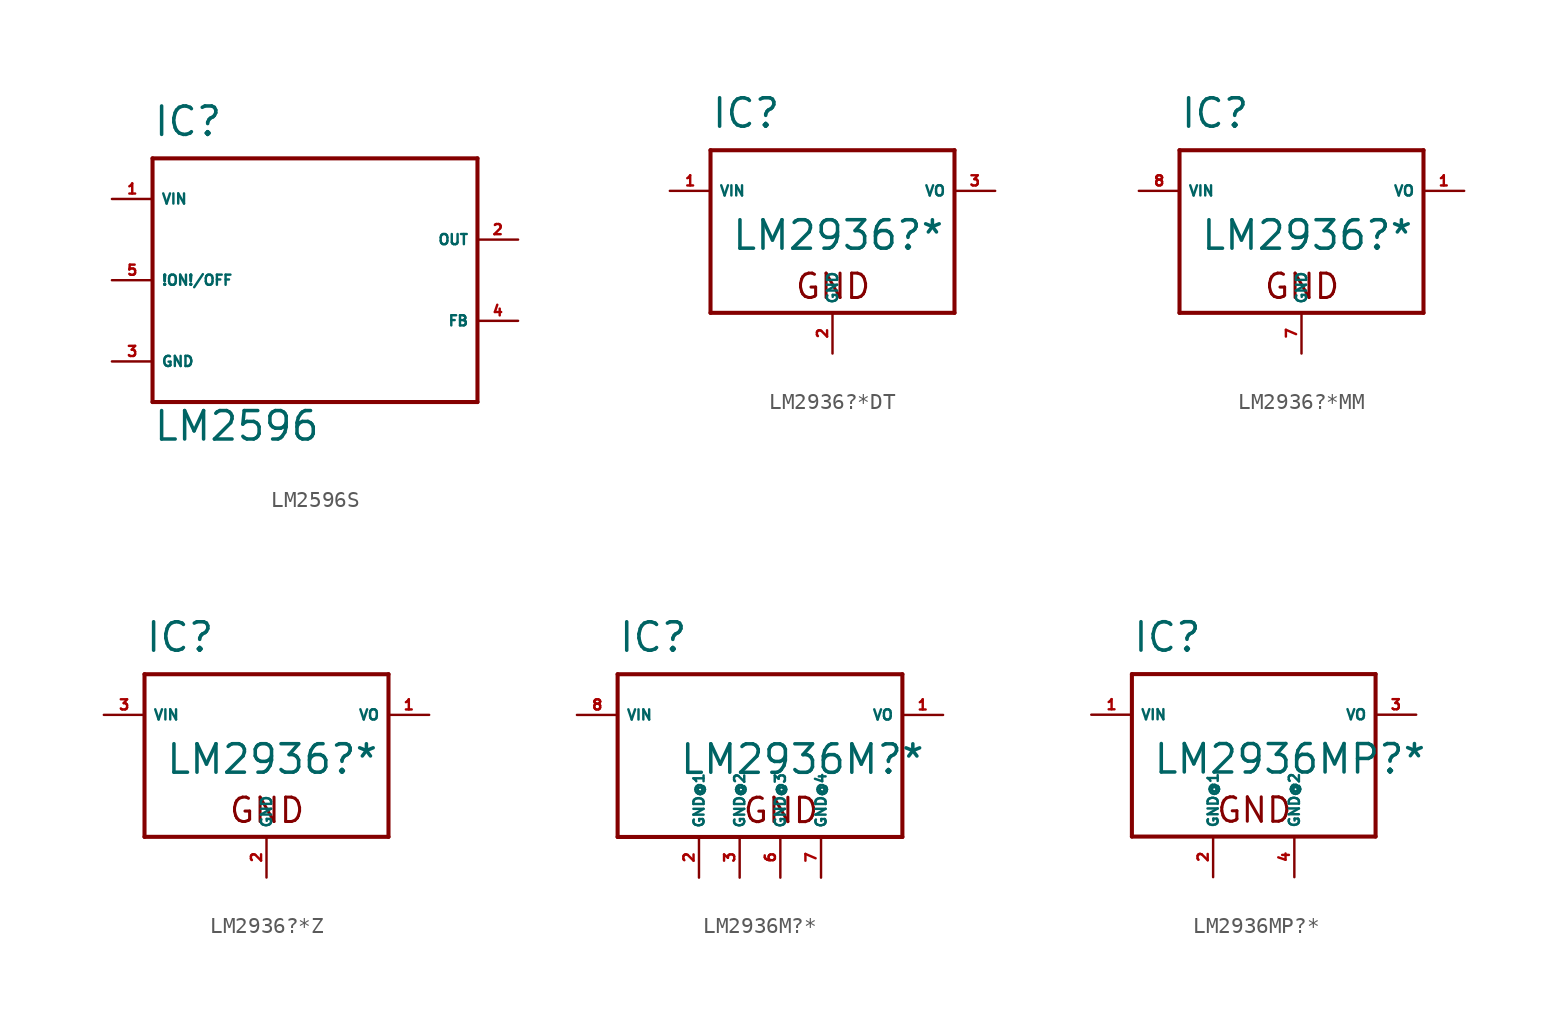
<source format=kicad_sym>
(kicad_symbol_lib
  (version 20220914)
  (generator Eagle2Kicad)
  (symbol "LM2596S"
    (property "Reference" "IC"
      (at -10.16 8.89 0)
      (effects (font (size 1.778 1.778) (thickness 0.22)) (justify left bottom)))
    (property "Value" "LM2596"
      (at -10.16 -10.16 0)
      (effects (font (size 1.778 1.778) (thickness 0.22)) (justify left bottom)))
    (polyline
      (pts (xy -10.16 7.62) (xy 10.16 7.62))
      (stroke (width 0.254) (type default))
      (fill (type none)))
    (polyline
      (pts (xy 10.16 7.62) (xy 10.16 -7.62))
      (stroke (width 0.254) (type default))
      (fill (type none)))
    (polyline
      (pts (xy 10.16 -7.62) (xy -10.16 -7.62))
      (stroke (width 0.254) (type default))
      (fill (type none)))
    (polyline
      (pts (xy -10.16 -7.62) (xy -10.16 7.62))
      (stroke (width 0.254) (type default))
      (fill (type none)))
    (pin input line
      (at -12.7 5.08 0)
      (length 2.54)
      (name "VIN" (effects (font (size 0.635 0.635) (thickness 0.08)) (justify left bottom)))
      (number "1" (effects (font (size 0.635 0.635) (thickness 0.08)) (justify left bottom))))
    (pin input line
      (at -12.7 0 0)
      (length 2.54)
      (name "!ON!/OFF" (effects (font (size 0.635 0.635) (thickness 0.08)) (justify left bottom)))
      (number "5" (effects (font (size 0.635 0.635) (thickness 0.08)) (justify left bottom))))
    (pin unspecified line
      (at -12.7 -5.08 0)
      (length 2.54)
      (name "GND" (effects (font (size 0.635 0.635) (thickness 0.08)) (justify left bottom)))
      (number "3" (effects (font (size 0.635 0.635) (thickness 0.08)) (justify left bottom))))
    (pin output line
      (at 12.7 2.54 180)
      (length 2.54)
      (name "OUT" (effects (font (size 0.635 0.635) (thickness 0.08)) (justify left bottom)))
      (number "2" (effects (font (size 0.635 0.635) (thickness 0.08)) (justify left bottom))))
    (pin input line
      (at 12.7 -2.54 180)
      (length 2.54)
      (name "FB" (effects (font (size 0.635 0.635) (thickness 0.08)) (justify left bottom)))
      (number "4" (effects (font (size 0.635 0.635) (thickness 0.08)) (justify left bottom)))))
  (symbol "LM2936?*DT"
    (property "Reference" "IC"
      (at -7.62 6.35 0)
      (effects (font (size 1.778 1.778) (thickness 0.22)) (justify left bottom)))
    (property "Value" "LM2936?*"
      (at -6.35 -1.27 0)
      (effects (font (size 1.778 1.778) (thickness 0.22)) (justify left bottom)))
    (polyline
      (pts (xy -7.62 5.08) (xy 7.62 5.08))
      (stroke (width 0.254) (type default))
      (fill (type none)))
    (polyline
      (pts (xy 7.62 5.08) (xy 7.62 -5.08))
      (stroke (width 0.254) (type default))
      (fill (type none)))
    (polyline
      (pts (xy 7.62 -5.08) (xy -7.62 -5.08))
      (stroke (width 0.254) (type default))
      (fill (type none)))
    (polyline
      (pts (xy -7.62 -5.08) (xy -7.62 5.08))
      (stroke (width 0.254) (type default))
      (fill (type none)))
    (text "GND"
      (at -2.413 -4.318 0)
      (effects (font (size 1.524 1.524) (thickness 0.19)) (justify left bottom)))
    (pin input line
      (at -10.16 2.54 0)
      (length 2.54)
      (name "VIN" (effects (font (size 0.635 0.635) (thickness 0.08)) (justify left bottom)))
      (number "1" (effects (font (size 0.635 0.635) (thickness 0.08)) (justify left bottom))))
    (pin passive line
      (at 10.16 2.54 180)
      (length 2.54)
      (name "VO" (effects (font (size 0.635 0.635) (thickness 0.08)) (justify left bottom)))
      (number "3" (effects (font (size 0.635 0.635) (thickness 0.08)) (justify left bottom))))
    (pin passive line
      (at 0 -7.62 90)
      (length 2.54)
      (name "GND" (effects (font (size 0.635 0.635) (thickness 0.08)) (justify left bottom)))
      (number "2" (effects (font (size 0.635 0.635) (thickness 0.08)) (justify left bottom)))))
  (symbol "LM2936?*MM"
    (property "Reference" "IC"
      (at -7.62 6.35 0)
      (effects (font (size 1.778 1.778) (thickness 0.22)) (justify left bottom)))
    (property "Value" "LM2936?*"
      (at -6.35 -1.27 0)
      (effects (font (size 1.778 1.778) (thickness 0.22)) (justify left bottom)))
    (polyline
      (pts (xy -7.62 5.08) (xy 7.62 5.08))
      (stroke (width 0.254) (type default))
      (fill (type none)))
    (polyline
      (pts (xy 7.62 5.08) (xy 7.62 -5.08))
      (stroke (width 0.254) (type default))
      (fill (type none)))
    (polyline
      (pts (xy 7.62 -5.08) (xy -7.62 -5.08))
      (stroke (width 0.254) (type default))
      (fill (type none)))
    (polyline
      (pts (xy -7.62 -5.08) (xy -7.62 5.08))
      (stroke (width 0.254) (type default))
      (fill (type none)))
    (text "GND"
      (at -2.413 -4.318 0)
      (effects (font (size 1.524 1.524) (thickness 0.19)) (justify left bottom)))
    (pin input line
      (at -10.16 2.54 0)
      (length 2.54)
      (name "VIN" (effects (font (size 0.635 0.635) (thickness 0.08)) (justify left bottom)))
      (number "8" (effects (font (size 0.635 0.635) (thickness 0.08)) (justify left bottom))))
    (pin passive line
      (at 10.16 2.54 180)
      (length 2.54)
      (name "VO" (effects (font (size 0.635 0.635) (thickness 0.08)) (justify left bottom)))
      (number "1" (effects (font (size 0.635 0.635) (thickness 0.08)) (justify left bottom))))
    (pin passive line
      (at 0 -7.62 90)
      (length 2.54)
      (name "GND" (effects (font (size 0.635 0.635) (thickness 0.08)) (justify left bottom)))
      (number "7" (effects (font (size 0.635 0.635) (thickness 0.08)) (justify left bottom)))))
  (symbol "LM2936?*Z"
    (property "Reference" "IC"
      (at -7.62 6.35 0)
      (effects (font (size 1.778 1.778) (thickness 0.22)) (justify left bottom)))
    (property "Value" "LM2936?*"
      (at -6.35 -1.27 0)
      (effects (font (size 1.778 1.778) (thickness 0.22)) (justify left bottom)))
    (polyline
      (pts (xy -7.62 5.08) (xy 7.62 5.08))
      (stroke (width 0.254) (type default))
      (fill (type none)))
    (polyline
      (pts (xy 7.62 5.08) (xy 7.62 -5.08))
      (stroke (width 0.254) (type default))
      (fill (type none)))
    (polyline
      (pts (xy 7.62 -5.08) (xy -7.62 -5.08))
      (stroke (width 0.254) (type default))
      (fill (type none)))
    (polyline
      (pts (xy -7.62 -5.08) (xy -7.62 5.08))
      (stroke (width 0.254) (type default))
      (fill (type none)))
    (text "GND"
      (at -2.413 -4.318 0)
      (effects (font (size 1.524 1.524) (thickness 0.19)) (justify left bottom)))
    (pin input line
      (at -10.16 2.54 0)
      (length 2.54)
      (name "VIN" (effects (font (size 0.635 0.635) (thickness 0.08)) (justify left bottom)))
      (number "3" (effects (font (size 0.635 0.635) (thickness 0.08)) (justify left bottom))))
    (pin passive line
      (at 10.16 2.54 180)
      (length 2.54)
      (name "VO" (effects (font (size 0.635 0.635) (thickness 0.08)) (justify left bottom)))
      (number "1" (effects (font (size 0.635 0.635) (thickness 0.08)) (justify left bottom))))
    (pin passive line
      (at 0 -7.62 90)
      (length 2.54)
      (name "GND" (effects (font (size 0.635 0.635) (thickness 0.08)) (justify left bottom)))
      (number "2" (effects (font (size 0.635 0.635) (thickness 0.08)) (justify left bottom)))))
  (symbol "LM2936M?*"
    (property "Reference" "IC"
      (at -10.16 6.35 0)
      (effects (font (size 1.778 1.778) (thickness 0.22)) (justify left bottom)))
    (property "Value" "LM2936M?*"
      (at -6.35 -1.27 0)
      (effects (font (size 1.778 1.778) (thickness 0.22)) (justify left bottom)))
    (polyline
      (pts (xy -10.16 5.08) (xy 7.62 5.08))
      (stroke (width 0.254) (type default))
      (fill (type none)))
    (polyline
      (pts (xy 7.62 5.08) (xy 7.62 -5.08))
      (stroke (width 0.254) (type default))
      (fill (type none)))
    (polyline
      (pts (xy 7.62 -5.08) (xy -10.16 -5.08))
      (stroke (width 0.254) (type default))
      (fill (type none)))
    (polyline
      (pts (xy -10.16 -5.08) (xy -10.16 5.08))
      (stroke (width 0.254) (type default))
      (fill (type none)))
    (text "GND"
      (at -2.413 -4.318 0)
      (effects (font (size 1.524 1.524) (thickness 0.19)) (justify left bottom)))
    (pin input line
      (at -12.7 2.54 0)
      (length 2.54)
      (name "VIN" (effects (font (size 0.635 0.635) (thickness 0.08)) (justify left bottom)))
      (number "8" (effects (font (size 0.635 0.635) (thickness 0.08)) (justify left bottom))))
    (pin passive line
      (at 10.16 2.54 180)
      (length 2.54)
      (name "VO" (effects (font (size 0.635 0.635) (thickness 0.08)) (justify left bottom)))
      (number "1" (effects (font (size 0.635 0.635) (thickness 0.08)) (justify left bottom))))
    (pin passive line
      (at -5.08 -7.62 90)
      (length 2.54)
      (name "GND@1" (effects (font (size 0.635 0.635) (thickness 0.08)) (justify left bottom)))
      (number "2" (effects (font (size 0.635 0.635) (thickness 0.08)) (justify left bottom))))
    (pin passive line
      (at -2.54 -7.62 90)
      (length 2.54)
      (name "GND@2" (effects (font (size 0.635 0.635) (thickness 0.08)) (justify left bottom)))
      (number "3" (effects (font (size 0.635 0.635) (thickness 0.08)) (justify left bottom))))
    (pin passive line
      (at 0 -7.62 90)
      (length 2.54)
      (name "GND@3" (effects (font (size 0.635 0.635) (thickness 0.08)) (justify left bottom)))
      (number "6" (effects (font (size 0.635 0.635) (thickness 0.08)) (justify left bottom))))
    (pin passive line
      (at 2.54 -7.62 90)
      (length 2.54)
      (name "GND@4" (effects (font (size 0.635 0.635) (thickness 0.08)) (justify left bottom)))
      (number "7" (effects (font (size 0.635 0.635) (thickness 0.08)) (justify left bottom)))))
  (symbol "LM2936MP?*"
    (property "Reference" "IC"
      (at -7.62 6.35 0)
      (effects (font (size 1.778 1.778) (thickness 0.22)) (justify left bottom)))
    (property "Value" "LM2936MP?*"
      (at -6.35 -1.27 0)
      (effects (font (size 1.778 1.778) (thickness 0.22)) (justify left bottom)))
    (polyline
      (pts (xy -7.62 5.08) (xy 7.62 5.08))
      (stroke (width 0.254) (type default))
      (fill (type none)))
    (polyline
      (pts (xy 7.62 5.08) (xy 7.62 -5.08))
      (stroke (width 0.254) (type default))
      (fill (type none)))
    (polyline
      (pts (xy 7.62 -5.08) (xy -7.62 -5.08))
      (stroke (width 0.254) (type default))
      (fill (type none)))
    (polyline
      (pts (xy -7.62 -5.08) (xy -7.62 5.08))
      (stroke (width 0.254) (type default))
      (fill (type none)))
    (text "GND"
      (at -2.413 -4.318 0)
      (effects (font (size 1.524 1.524) (thickness 0.19)) (justify left bottom)))
    (pin input line
      (at -10.16 2.54 0)
      (length 2.54)
      (name "VIN" (effects (font (size 0.635 0.635) (thickness 0.08)) (justify left bottom)))
      (number "1" (effects (font (size 0.635 0.635) (thickness 0.08)) (justify left bottom))))
    (pin passive line
      (at 10.16 2.54 180)
      (length 2.54)
      (name "VO" (effects (font (size 0.635 0.635) (thickness 0.08)) (justify left bottom)))
      (number "3" (effects (font (size 0.635 0.635) (thickness 0.08)) (justify left bottom))))
    (pin passive line
      (at -2.54 -7.62 90)
      (length 2.54)
      (name "GND@1" (effects (font (size 0.635 0.635) (thickness 0.08)) (justify left bottom)))
      (number "2" (effects (font (size 0.635 0.635) (thickness 0.08)) (justify left bottom))))
    (pin passive line
      (at 2.54 -7.62 90)
      (length 2.54)
      (name "GND@2" (effects (font (size 0.635 0.635) (thickness 0.08)) (justify left bottom)))
      (number "4" (effects (font (size 0.635 0.635) (thickness 0.08)) (justify left bottom))))))
</source>
